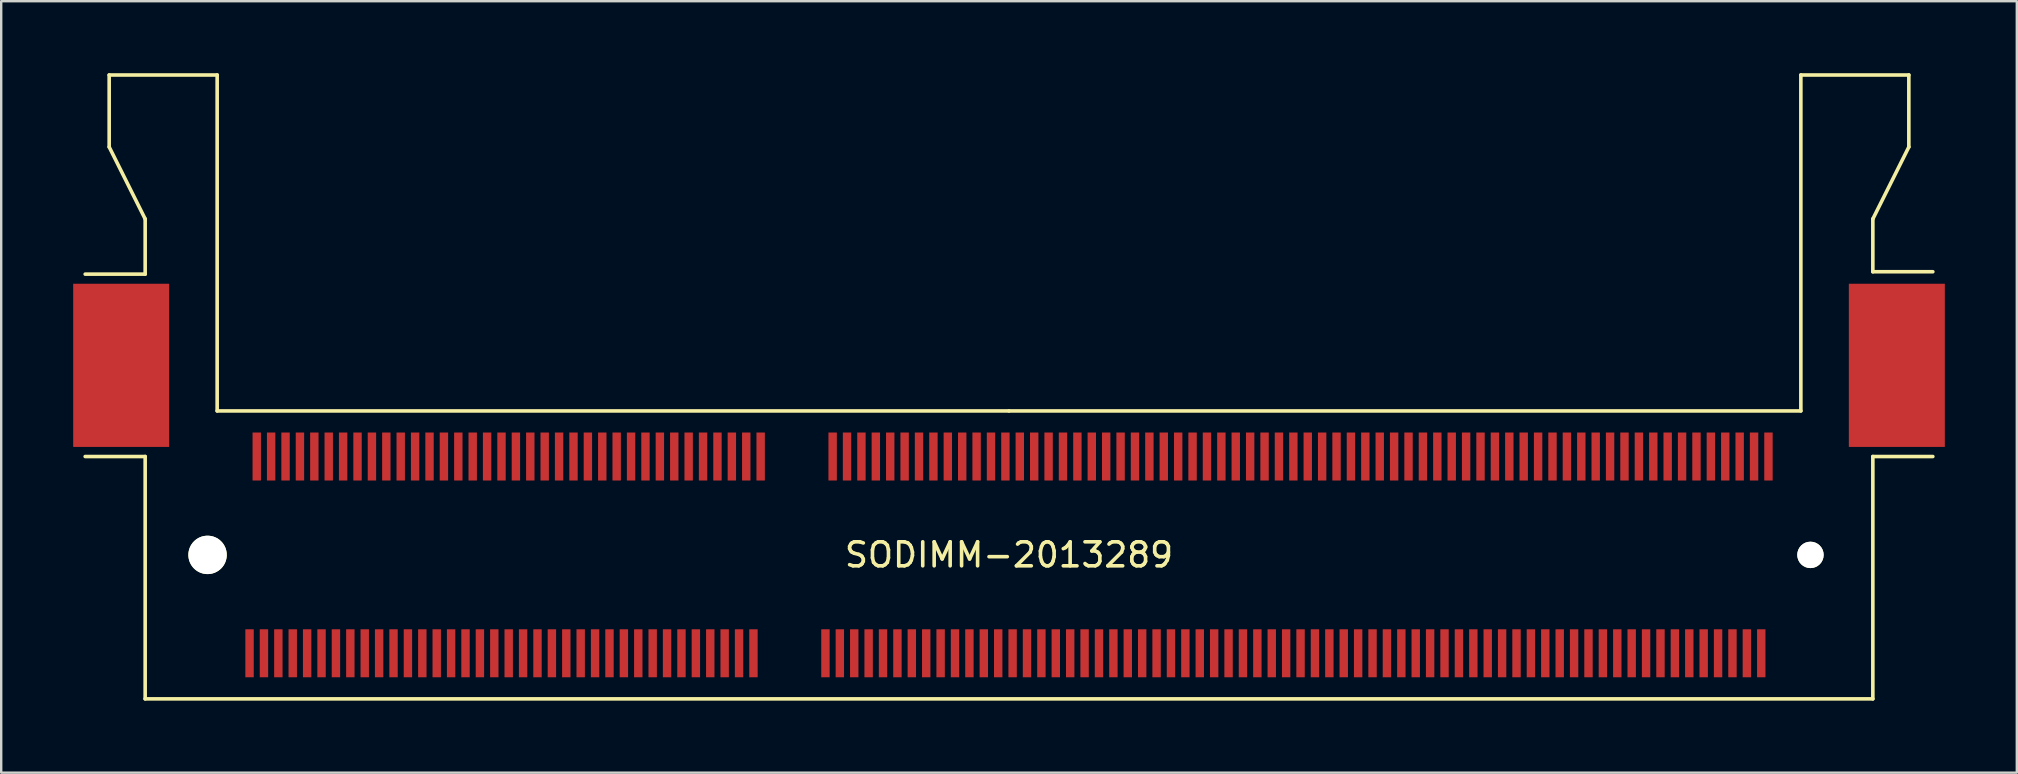
<source format=kicad_pcb>
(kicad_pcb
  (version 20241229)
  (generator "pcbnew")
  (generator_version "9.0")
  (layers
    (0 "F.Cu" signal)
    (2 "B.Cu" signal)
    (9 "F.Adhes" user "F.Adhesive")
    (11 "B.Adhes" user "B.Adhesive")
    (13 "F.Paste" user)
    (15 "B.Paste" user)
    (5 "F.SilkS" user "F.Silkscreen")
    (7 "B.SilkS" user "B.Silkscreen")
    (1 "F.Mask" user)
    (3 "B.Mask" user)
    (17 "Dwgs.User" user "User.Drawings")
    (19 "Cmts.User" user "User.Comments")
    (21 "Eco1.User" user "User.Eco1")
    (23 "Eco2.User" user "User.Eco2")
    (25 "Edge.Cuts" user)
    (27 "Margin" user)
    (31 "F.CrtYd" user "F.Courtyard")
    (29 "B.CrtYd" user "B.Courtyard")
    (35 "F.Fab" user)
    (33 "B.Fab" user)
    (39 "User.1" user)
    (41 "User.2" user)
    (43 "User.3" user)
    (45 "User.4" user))
  (footprint "SODIMM-2013289"
    (layer "F.Cu")
    (at 39 20.075)
    (property "Reference" "SODIMM-2013289" (at 0 0 0) (layer "F.SilkS") (effects (font (size 1 1) (thickness 0.15))))
    (attr smd)
    (fp_line (start -37.5 -20) (end -37.5 -17) (stroke (width 0.15) (type solid)) (layer "F.SilkS"))
    (fp_line (start -37.5 -17) (end -36 -14) (stroke (width 0.15) (type solid)) (layer "F.SilkS"))
    (fp_line (start -36 -14) (end -36 -11.7) (stroke (width 0.15) (type solid)) (layer "F.SilkS"))
    (fp_line (start -36 -11.7) (end -38.5 -11.7) (stroke (width 0.15) (type solid)) (layer "F.SilkS"))
    (fp_line (start -36 -4.1) (end -38.5 -4.1) (stroke (width 0.15) (type solid)) (layer "F.SilkS"))
    (fp_line (start -36 -4.1) (end -36 6) (stroke (width 0.15) (type solid)) (layer "F.SilkS"))
    (fp_line (start -36 6) (end 36 6) (stroke (width 0.15) (type solid)) (layer "F.SilkS"))
    (fp_line (start -33 -20) (end -37.5 -20) (stroke (width 0.15) (type solid)) (layer "F.SilkS"))
    (fp_line (start -33 -6) (end -33 -20) (stroke (width 0.15) (type solid)) (layer "F.SilkS"))
    (fp_line (start 0 -6) (end -33 -6) (stroke (width 0.15) (type solid)) (layer "F.SilkS"))
    (fp_line (start 33 -20) (end 33 -6) (stroke (width 0.15) (type solid)) (layer "F.SilkS"))
    (fp_line (start 33 -6) (end 0 -6) (stroke (width 0.15) (type solid)) (layer "F.SilkS"))
    (fp_line (start 36 -14) (end 36 -11.8) (stroke (width 0.15) (type solid)) (layer "F.SilkS"))
    (fp_line (start 36 -14) (end 37.5 -17) (stroke (width 0.15) (type solid)) (layer "F.SilkS"))
    (fp_line (start 36 -11.8) (end 38.5 -11.8) (stroke (width 0.15) (type solid)) (layer "F.SilkS"))
    (fp_line (start 36 -4.1) (end 38.5 -4.1) (stroke (width 0.15) (type solid)) (layer "F.SilkS"))
    (fp_line (start 36 6) (end 36 -4.1) (stroke (width 0.15) (type solid)) (layer "F.SilkS"))
    (fp_line (start 37.5 -20) (end 33 -20) (stroke (width 0.15) (type solid)) (layer "F.SilkS"))
    (fp_line (start 37.5 -17) (end 37.5 -20) (stroke (width 0.15) (type solid)) (layer "F.SilkS"))
    (pad "" smd rect (at -37 -7.9) (size 4 6.8) (layers "F.Cu" "F.Mask" "F.Paste"))
    (pad "" np_thru_hole circle (at -33.4 0) (size 1.6 1.6) (drill 1.6) (layers "*.Cu" "*.Mask" "F.SilkS"))
    (pad "" np_thru_hole circle (at 33.4 0) (size 1.1 1.1) (drill 1.1) (layers "*.Cu" "*.Mask" "F.SilkS"))
    (pad "" smd rect (at 37 -7.9) (size 4 6.8) (layers "F.Cu" "F.Mask" "F.Paste"))
    (pad "1" smd rect (at -31.65 4.1) (size 0.35 2) (layers "F.Cu" "F.Mask" "F.Paste"))
    (pad "2" smd rect (at -31.35 -4.1) (size 0.35 2) (layers "F.Cu" "F.Mask" "F.Paste"))
    (pad "3" smd rect (at -31.05 4.1) (size 0.35 2) (layers "F.Cu" "F.Mask" "F.Paste"))
    (pad "4" smd rect (at -30.75 -4.1) (size 0.35 2) (layers "F.Cu" "F.Mask" "F.Paste"))
    (pad "5" smd rect (at -30.45 4.1) (size 0.35 2) (layers "F.Cu" "F.Mask" "F.Paste"))
    (pad "6" smd rect (at -30.15 -4.1) (size 0.35 2) (layers "F.Cu" "F.Mask" "F.Paste"))
    (pad "7" smd rect (at -29.85 4.1) (size 0.35 2) (layers "F.Cu" "F.Mask" "F.Paste"))
    (pad "8" smd rect (at -29.55 -4.1) (size 0.35 2) (layers "F.Cu" "F.Mask" "F.Paste"))
    (pad "9" smd rect (at -29.25 4.1) (size 0.35 2) (layers "F.Cu" "F.Mask" "F.Paste"))
    (pad "10" smd rect (at -28.95 -4.1) (size 0.35 2) (layers "F.Cu" "F.Mask" "F.Paste"))
    (pad "11" smd rect (at -28.65 4.1) (size 0.35 2) (layers "F.Cu" "F.Mask" "F.Paste"))
    (pad "12" smd rect (at -28.35 -4.1) (size 0.35 2) (layers "F.Cu" "F.Mask" "F.Paste"))
    (pad "13" smd rect (at -28.05 4.1) (size 0.35 2) (layers "F.Cu" "F.Mask" "F.Paste"))
    (pad "14" smd rect (at -27.75 -4.1) (size 0.35 2) (layers "F.Cu" "F.Mask" "F.Paste"))
    (pad "15" smd rect (at -27.45 4.1) (size 0.35 2) (layers "F.Cu" "F.Mask" "F.Paste"))
    (pad "16" smd rect (at -27.15 -4.1) (size 0.35 2) (layers "F.Cu" "F.Mask" "F.Paste"))
    (pad "17" smd rect (at -26.85 4.1) (size 0.35 2) (layers "F.Cu" "F.Mask" "F.Paste"))
    (pad "18" smd rect (at -26.55 -4.1) (size 0.35 2) (layers "F.Cu" "F.Mask" "F.Paste"))
    (pad "19" smd rect (at -26.25 4.1) (size 0.35 2) (layers "F.Cu" "F.Mask" "F.Paste"))
    (pad "20" smd rect (at -25.95 -4.1) (size 0.35 2) (layers "F.Cu" "F.Mask" "F.Paste"))
    (pad "21" smd rect (at -25.65 4.1) (size 0.35 2) (layers "F.Cu" "F.Mask" "F.Paste"))
    (pad "22" smd rect (at -25.35 -4.1) (size 0.35 2) (layers "F.Cu" "F.Mask" "F.Paste"))
    (pad "23" smd rect (at -25.05 4.1) (size 0.35 2) (layers "F.Cu" "F.Mask" "F.Paste"))
    (pad "24" smd rect (at -24.75 -4.1) (size 0.35 2) (layers "F.Cu" "F.Mask" "F.Paste"))
    (pad "25" smd rect (at -24.45 4.1) (size 0.35 2) (layers "F.Cu" "F.Mask" "F.Paste"))
    (pad "26" smd rect (at -24.15 -4.1) (size 0.35 2) (layers "F.Cu" "F.Mask" "F.Paste"))
    (pad "27" smd rect (at -23.85 4.1) (size 0.35 2) (layers "F.Cu" "F.Mask" "F.Paste"))
    (pad "28" smd rect (at -23.55 -4.1) (size 0.35 2) (layers "F.Cu" "F.Mask" "F.Paste"))
    (pad "29" smd rect (at -23.25 4.1) (size 0.35 2) (layers "F.Cu" "F.Mask" "F.Paste"))
    (pad "30" smd rect (at -22.95 -4.1) (size 0.35 2) (layers "F.Cu" "F.Mask" "F.Paste"))
    (pad "31" smd rect (at -22.65 4.1) (size 0.35 2) (layers "F.Cu" "F.Mask" "F.Paste"))
    (pad "32" smd rect (at -22.35 -4.1) (size 0.35 2) (layers "F.Cu" "F.Mask" "F.Paste"))
    (pad "33" smd rect (at -22.05 4.1) (size 0.35 2) (layers "F.Cu" "F.Mask" "F.Paste"))
    (pad "34" smd rect (at -21.75 -4.1) (size 0.35 2) (layers "F.Cu" "F.Mask" "F.Paste"))
    (pad "35" smd rect (at -21.45 4.1) (size 0.35 2) (layers "F.Cu" "F.Mask" "F.Paste"))
    (pad "36" smd rect (at -21.15 -4.1) (size 0.35 2) (layers "F.Cu" "F.Mask" "F.Paste"))
    (pad "37" smd rect (at -20.85 4.1) (size 0.35 2) (layers "F.Cu" "F.Mask" "F.Paste"))
    (pad "38" smd rect (at -20.55 -4.1) (size 0.35 2) (layers "F.Cu" "F.Mask" "F.Paste"))
    (pad "39" smd rect (at -20.25 4.1) (size 0.35 2) (layers "F.Cu" "F.Mask" "F.Paste"))
    (pad "40" smd rect (at -19.95 -4.1) (size 0.35 2) (layers "F.Cu" "F.Mask" "F.Paste"))
    (pad "41" smd rect (at -19.65 4.1) (size 0.35 2) (layers "F.Cu" "F.Mask" "F.Paste"))
    (pad "42" smd rect (at -19.35 -4.1) (size 0.35 2) (layers "F.Cu" "F.Mask" "F.Paste"))
    (pad "43" smd rect (at -19.05 4.1) (size 0.35 2) (layers "F.Cu" "F.Mask" "F.Paste"))
    (pad "44" smd rect (at -18.75 -4.1) (size 0.35 2) (layers "F.Cu" "F.Mask" "F.Paste"))
    (pad "45" smd rect (at -18.45 4.1) (size 0.35 2) (layers "F.Cu" "F.Mask" "F.Paste"))
    (pad "46" smd rect (at -18.15 -4.1) (size 0.35 2) (layers "F.Cu" "F.Mask" "F.Paste"))
    (pad "47" smd rect (at -17.85 4.1) (size 0.35 2) (layers "F.Cu" "F.Mask" "F.Paste"))
    (pad "48" smd rect (at -17.55 -4.1) (size 0.35 2) (layers "F.Cu" "F.Mask" "F.Paste"))
    (pad "49" smd rect (at -17.25 4.1) (size 0.35 2) (layers "F.Cu" "F.Mask" "F.Paste"))
    (pad "50" smd rect (at -16.95 -4.1) (size 0.35 2) (layers "F.Cu" "F.Mask" "F.Paste"))
    (pad "51" smd rect (at -16.65 4.1) (size 0.35 2) (layers "F.Cu" "F.Mask" "F.Paste"))
    (pad "52" smd rect (at -16.35 -4.1) (size 0.35 2) (layers "F.Cu" "F.Mask" "F.Paste"))
    (pad "53" smd rect (at -16.05 4.1) (size 0.35 2) (layers "F.Cu" "F.Mask" "F.Paste"))
    (pad "54" smd rect (at -15.75 -4.1) (size 0.35 2) (layers "F.Cu" "F.Mask" "F.Paste"))
    (pad "55" smd rect (at -15.45 4.1) (size 0.35 2) (layers "F.Cu" "F.Mask" "F.Paste"))
    (pad "56" smd rect (at -15.15 -4.1) (size 0.35 2) (layers "F.Cu" "F.Mask" "F.Paste"))
    (pad "57" smd rect (at -14.85 4.1) (size 0.35 2) (layers "F.Cu" "F.Mask" "F.Paste"))
    (pad "58" smd rect (at -14.55 -4.1) (size 0.35 2) (layers "F.Cu" "F.Mask" "F.Paste"))
    (pad "59" smd rect (at -14.25 4.1) (size 0.35 2) (layers "F.Cu" "F.Mask" "F.Paste"))
    (pad "60" smd rect (at -13.95 -4.1) (size 0.35 2) (layers "F.Cu" "F.Mask" "F.Paste"))
    (pad "61" smd rect (at -13.65 4.1) (size 0.35 2) (layers "F.Cu" "F.Mask" "F.Paste"))
    (pad "62" smd rect (at -13.35 -4.1) (size 0.35 2) (layers "F.Cu" "F.Mask" "F.Paste"))
    (pad "63" smd rect (at -13.05 4.1) (size 0.35 2) (layers "F.Cu" "F.Mask" "F.Paste"))
    (pad "64" smd rect (at -12.75 -4.1) (size 0.35 2) (layers "F.Cu" "F.Mask" "F.Paste"))
    (pad "65" smd rect (at -12.45 4.1) (size 0.35 2) (layers "F.Cu" "F.Mask" "F.Paste"))
    (pad "66" smd rect (at -12.15 -4.1) (size 0.35 2) (layers "F.Cu" "F.Mask" "F.Paste"))
    (pad "67" smd rect (at -11.85 4.1) (size 0.35 2) (layers "F.Cu" "F.Mask" "F.Paste"))
    (pad "68" smd rect (at -11.55 -4.1) (size 0.35 2) (layers "F.Cu" "F.Mask" "F.Paste"))
    (pad "69" smd rect (at -11.25 4.1) (size 0.35 2) (layers "F.Cu" "F.Mask" "F.Paste"))
    (pad "70" smd rect (at -10.95 -4.1) (size 0.35 2) (layers "F.Cu" "F.Mask" "F.Paste"))
    (pad "71" smd rect (at -10.65 4.1) (size 0.35 2) (layers "F.Cu" "F.Mask" "F.Paste"))
    (pad "72" smd rect (at -10.35 -4.1) (size 0.35 2) (layers "F.Cu" "F.Mask" "F.Paste"))
    (pad "73" smd rect (at -7.65 4.1) (size 0.35 2) (layers "F.Cu" "F.Mask" "F.Paste"))
    (pad "74" smd rect (at -7.35 -4.1) (size 0.35 2) (layers "F.Cu" "F.Mask" "F.Paste"))
    (pad "75" smd rect (at -7.05 4.1) (size 0.35 2) (layers "F.Cu" "F.Mask" "F.Paste"))
    (pad "76" smd rect (at -6.75 -4.1) (size 0.35 2) (layers "F.Cu" "F.Mask" "F.Paste"))
    (pad "77" smd rect (at -6.45 4.1) (size 0.35 2) (layers "F.Cu" "F.Mask" "F.Paste"))
    (pad "78" smd rect (at -6.15 -4.1) (size 0.35 2) (layers "F.Cu" "F.Mask" "F.Paste"))
    (pad "79" smd rect (at -5.85 4.1) (size 0.35 2) (layers "F.Cu" "F.Mask" "F.Paste"))
    (pad "80" smd rect (at -5.55 -4.1) (size 0.35 2) (layers "F.Cu" "F.Mask" "F.Paste"))
    (pad "81" smd rect (at -5.25 4.1) (size 0.35 2) (layers "F.Cu" "F.Mask" "F.Paste"))
    (pad "82" smd rect (at -4.95 -4.1) (size 0.35 2) (layers "F.Cu" "F.Mask" "F.Paste"))
    (pad "83" smd rect (at -4.65 4.1) (size 0.35 2) (layers "F.Cu" "F.Mask" "F.Paste"))
    (pad "84" smd rect (at -4.35 -4.1) (size 0.35 2) (layers "F.Cu" "F.Mask" "F.Paste"))
    (pad "85" smd rect (at -4.05 4.1) (size 0.35 2) (layers "F.Cu" "F.Mask" "F.Paste"))
    (pad "86" smd rect (at -3.75 -4.1) (size 0.35 2) (layers "F.Cu" "F.Mask" "F.Paste"))
    (pad "87" smd rect (at -3.45 4.1) (size 0.35 2) (layers "F.Cu" "F.Mask" "F.Paste"))
    (pad "88" smd rect (at -3.15 -4.1) (size 0.35 2) (layers "F.Cu" "F.Mask" "F.Paste"))
    (pad "89" smd rect (at -2.85 4.1) (size 0.35 2) (layers "F.Cu" "F.Mask" "F.Paste"))
    (pad "90" smd rect (at -2.55 -4.1) (size 0.35 2) (layers "F.Cu" "F.Mask" "F.Paste"))
    (pad "91" smd rect (at -2.25 4.1) (size 0.35 2) (layers "F.Cu" "F.Mask" "F.Paste"))
    (pad "92" smd rect (at -1.95 -4.1) (size 0.35 2) (layers "F.Cu" "F.Mask" "F.Paste"))
    (pad "93" smd rect (at -1.65 4.1) (size 0.35 2) (layers "F.Cu" "F.Mask" "F.Paste"))
    (pad "94" smd rect (at -1.35 -4.1) (size 0.35 2) (layers "F.Cu" "F.Mask" "F.Paste"))
    (pad "95" smd rect (at -1.05 4.1) (size 0.35 2) (layers "F.Cu" "F.Mask" "F.Paste"))
    (pad "96" smd rect (at -0.75 -4.1) (size 0.35 2) (layers "F.Cu" "F.Mask" "F.Paste"))
    (pad "97" smd rect (at -0.45 4.1) (size 0.35 2) (layers "F.Cu" "F.Mask" "F.Paste"))
    (pad "98" smd rect (at -0.15 -4.1) (size 0.35 2) (layers "F.Cu" "F.Mask" "F.Paste"))
    (pad "99" smd rect (at 0.15 4.1) (size 0.35 2) (layers "F.Cu" "F.Mask" "F.Paste"))
    (pad "100" smd rect (at 0.45 -4.1) (size 0.35 2) (layers "F.Cu" "F.Mask" "F.Paste"))
    (pad "101" smd rect (at 0.75 4.1) (size 0.35 2) (layers "F.Cu" "F.Mask" "F.Paste"))
    (pad "102" smd rect (at 1.05 -4.1) (size 0.35 2) (layers "F.Cu" "F.Mask" "F.Paste"))
    (pad "103" smd rect (at 1.35 4.1) (size 0.35 2) (layers "F.Cu" "F.Mask" "F.Paste"))
    (pad "104" smd rect (at 1.65 -4.1) (size 0.35 2) (layers "F.Cu" "F.Mask" "F.Paste"))
    (pad "105" smd rect (at 1.95 4.1) (size 0.35 2) (layers "F.Cu" "F.Mask" "F.Paste"))
    (pad "106" smd rect (at 2.25 -4.1) (size 0.35 2) (layers "F.Cu" "F.Mask" "F.Paste"))
    (pad "107" smd rect (at 2.55 4.1) (size 0.35 2) (layers "F.Cu" "F.Mask" "F.Paste"))
    (pad "108" smd rect (at 2.85 -4.1) (size 0.35 2) (layers "F.Cu" "F.Mask" "F.Paste"))
    (pad "109" smd rect (at 3.15 4.1) (size 0.35 2) (layers "F.Cu" "F.Mask" "F.Paste"))
    (pad "110" smd rect (at 3.45 -4.1) (size 0.35 2) (layers "F.Cu" "F.Mask" "F.Paste"))
    (pad "111" smd rect (at 3.75 4.1) (size 0.35 2) (layers "F.Cu" "F.Mask" "F.Paste"))
    (pad "112" smd rect (at 4.05 -4.1) (size 0.35 2) (layers "F.Cu" "F.Mask" "F.Paste"))
    (pad "113" smd rect (at 4.35 4.1) (size 0.35 2) (layers "F.Cu" "F.Mask" "F.Paste"))
    (pad "114" smd rect (at 4.65 -4.1) (size 0.35 2) (layers "F.Cu" "F.Mask" "F.Paste"))
    (pad "115" smd rect (at 4.95 4.1) (size 0.35 2) (layers "F.Cu" "F.Mask" "F.Paste"))
    (pad "116" smd rect (at 5.25 -4.1) (size 0.35 2) (layers "F.Cu" "F.Mask" "F.Paste"))
    (pad "117" smd rect (at 5.55 4.1) (size 0.35 2) (layers "F.Cu" "F.Mask" "F.Paste"))
    (pad "118" smd rect (at 5.85 -4.1) (size 0.35 2) (layers "F.Cu" "F.Mask" "F.Paste"))
    (pad "119" smd rect (at 6.15 4.1) (size 0.35 2) (layers "F.Cu" "F.Mask" "F.Paste"))
    (pad "120" smd rect (at 6.45 -4.1) (size 0.35 2) (layers "F.Cu" "F.Mask" "F.Paste"))
    (pad "121" smd rect (at 6.75 4.1) (size 0.35 2) (layers "F.Cu" "F.Mask" "F.Paste"))
    (pad "122" smd rect (at 7.05 -4.1) (size 0.35 2) (layers "F.Cu" "F.Mask" "F.Paste"))
    (pad "123" smd rect (at 7.35 4.1) (size 0.35 2) (layers "F.Cu" "F.Mask" "F.Paste"))
    (pad "124" smd rect (at 7.65 -4.1) (size 0.35 2) (layers "F.Cu" "F.Mask" "F.Paste"))
    (pad "125" smd rect (at 7.95 4.1) (size 0.35 2) (layers "F.Cu" "F.Mask" "F.Paste"))
    (pad "126" smd rect (at 8.25 -4.1) (size 0.35 2) (layers "F.Cu" "F.Mask" "F.Paste"))
    (pad "127" smd rect (at 8.55 4.1) (size 0.35 2) (layers "F.Cu" "F.Mask" "F.Paste"))
    (pad "128" smd rect (at 8.85 -4.1) (size 0.35 2) (layers "F.Cu" "F.Mask" "F.Paste"))
    (pad "129" smd rect (at 9.15 4.1) (size 0.35 2) (layers "F.Cu" "F.Mask" "F.Paste"))
    (pad "130" smd rect (at 9.45 -4.1) (size 0.35 2) (layers "F.Cu" "F.Mask" "F.Paste"))
    (pad "131" smd rect (at 9.75 4.1) (size 0.35 2) (layers "F.Cu" "F.Mask" "F.Paste"))
    (pad "132" smd rect (at 10.05 -4.1) (size 0.35 2) (layers "F.Cu" "F.Mask" "F.Paste"))
    (pad "133" smd rect (at 10.35 4.1) (size 0.35 2) (layers "F.Cu" "F.Mask" "F.Paste"))
    (pad "134" smd rect (at 10.65 -4.1) (size 0.35 2) (layers "F.Cu" "F.Mask" "F.Paste"))
    (pad "135" smd rect (at 10.95 4.1) (size 0.35 2) (layers "F.Cu" "F.Mask" "F.Paste"))
    (pad "136" smd rect (at 11.25 -4.1) (size 0.35 2) (layers "F.Cu" "F.Mask" "F.Paste"))
    (pad "137" smd rect (at 11.55 4.1) (size 0.35 2) (layers "F.Cu" "F.Mask" "F.Paste"))
    (pad "138" smd rect (at 11.85 -4.1) (size 0.35 2) (layers "F.Cu" "F.Mask" "F.Paste"))
    (pad "139" smd rect (at 12.15 4.1) (size 0.35 2) (layers "F.Cu" "F.Mask" "F.Paste"))
    (pad "140" smd rect (at 12.45 -4.1) (size 0.35 2) (layers "F.Cu" "F.Mask" "F.Paste"))
    (pad "141" smd rect (at 12.75 4.1) (size 0.35 2) (layers "F.Cu" "F.Mask" "F.Paste"))
    (pad "142" smd rect (at 13.05 -4.1) (size 0.35 2) (layers "F.Cu" "F.Mask" "F.Paste"))
    (pad "143" smd rect (at 13.35 4.1) (size 0.35 2) (layers "F.Cu" "F.Mask" "F.Paste"))
    (pad "144" smd rect (at 13.65 -4.1) (size 0.35 2) (layers "F.Cu" "F.Mask" "F.Paste"))
    (pad "145" smd rect (at 13.95 4.1) (size 0.35 2) (layers "F.Cu" "F.Mask" "F.Paste"))
    (pad "146" smd rect (at 14.25 -4.1) (size 0.35 2) (layers "F.Cu" "F.Mask" "F.Paste"))
    (pad "147" smd rect (at 14.55 4.1) (size 0.35 2) (layers "F.Cu" "F.Mask" "F.Paste"))
    (pad "148" smd rect (at 14.85 -4.1) (size 0.35 2) (layers "F.Cu" "F.Mask" "F.Paste"))
    (pad "149" smd rect (at 15.15 4.1) (size 0.35 2) (layers "F.Cu" "F.Mask" "F.Paste"))
    (pad "150" smd rect (at 15.45 -4.1) (size 0.35 2) (layers "F.Cu" "F.Mask" "F.Paste"))
    (pad "151" smd rect (at 15.75 4.1) (size 0.35 2) (layers "F.Cu" "F.Mask" "F.Paste"))
    (pad "152" smd rect (at 16.05 -4.1) (size 0.35 2) (layers "F.Cu" "F.Mask" "F.Paste"))
    (pad "153" smd rect (at 16.35 4.1) (size 0.35 2) (layers "F.Cu" "F.Mask" "F.Paste"))
    (pad "154" smd rect (at 16.65 -4.1) (size 0.35 2) (layers "F.Cu" "F.Mask" "F.Paste"))
    (pad "155" smd rect (at 16.95 4.1) (size 0.35 2) (layers "F.Cu" "F.Mask" "F.Paste"))
    (pad "156" smd rect (at 17.25 -4.1) (size 0.35 2) (layers "F.Cu" "F.Mask" "F.Paste"))
    (pad "157" smd rect (at 17.55 4.1) (size 0.35 2) (layers "F.Cu" "F.Mask" "F.Paste"))
    (pad "158" smd rect (at 17.85 -4.1) (size 0.35 2) (layers "F.Cu" "F.Mask" "F.Paste"))
    (pad "159" smd rect (at 18.15 4.1) (size 0.35 2) (layers "F.Cu" "F.Mask" "F.Paste"))
    (pad "160" smd rect (at 18.45 -4.1) (size 0.35 2) (layers "F.Cu" "F.Mask" "F.Paste"))
    (pad "161" smd rect (at 18.75 4.1) (size 0.35 2) (layers "F.Cu" "F.Mask" "F.Paste"))
    (pad "162" smd rect (at 19.05 -4.1) (size 0.35 2) (layers "F.Cu" "F.Mask" "F.Paste"))
    (pad "163" smd rect (at 19.35 4.1) (size 0.35 2) (layers "F.Cu" "F.Mask" "F.Paste"))
    (pad "164" smd rect (at 19.65 -4.1) (size 0.35 2) (layers "F.Cu" "F.Mask" "F.Paste"))
    (pad "165" smd rect (at 19.95 4.1) (size 0.35 2) (layers "F.Cu" "F.Mask" "F.Paste"))
    (pad "166" smd rect (at 20.25 -4.1) (size 0.35 2) (layers "F.Cu" "F.Mask" "F.Paste"))
    (pad "167" smd rect (at 20.55 4.1) (size 0.35 2) (layers "F.Cu" "F.Mask" "F.Paste"))
    (pad "168" smd rect (at 20.85 -4.1) (size 0.35 2) (layers "F.Cu" "F.Mask" "F.Paste"))
    (pad "169" smd rect (at 21.15 4.1) (size 0.35 2) (layers "F.Cu" "F.Mask" "F.Paste"))
    (pad "170" smd rect (at 21.45 -4.1) (size 0.35 2) (layers "F.Cu" "F.Mask" "F.Paste"))
    (pad "171" smd rect (at 21.75 4.1) (size 0.35 2) (layers "F.Cu" "F.Mask" "F.Paste"))
    (pad "172" smd rect (at 22.05 -4.1) (size 0.35 2) (layers "F.Cu" "F.Mask" "F.Paste"))
    (pad "173" smd rect (at 22.35 4.1) (size 0.35 2) (layers "F.Cu" "F.Mask" "F.Paste"))
    (pad "174" smd rect (at 22.65 -4.1) (size 0.35 2) (layers "F.Cu" "F.Mask" "F.Paste"))
    (pad "175" smd rect (at 22.95 4.1) (size 0.35 2) (layers "F.Cu" "F.Mask" "F.Paste"))
    (pad "176" smd rect (at 23.25 -4.1) (size 0.35 2) (layers "F.Cu" "F.Mask" "F.Paste"))
    (pad "177" smd rect (at 23.55 4.1) (size 0.35 2) (layers "F.Cu" "F.Mask" "F.Paste"))
    (pad "178" smd rect (at 23.85 -4.1) (size 0.35 2) (layers "F.Cu" "F.Mask" "F.Paste"))
    (pad "179" smd rect (at 24.15 4.1) (size 0.35 2) (layers "F.Cu" "F.Mask" "F.Paste"))
    (pad "180" smd rect (at 24.45 -4.1) (size 0.35 2) (layers "F.Cu" "F.Mask" "F.Paste"))
    (pad "181" smd rect (at 24.75 4.1) (size 0.35 2) (layers "F.Cu" "F.Mask" "F.Paste"))
    (pad "182" smd rect (at 25.05 -4.1) (size 0.35 2) (layers "F.Cu" "F.Mask" "F.Paste"))
    (pad "183" smd rect (at 25.35 4.1) (size 0.35 2) (layers "F.Cu" "F.Mask" "F.Paste"))
    (pad "184" smd rect (at 25.65 -4.1) (size 0.35 2) (layers "F.Cu" "F.Mask" "F.Paste"))
    (pad "185" smd rect (at 25.95 4.1) (size 0.35 2) (layers "F.Cu" "F.Mask" "F.Paste"))
    (pad "186" smd rect (at 26.25 -4.1) (size 0.35 2) (layers "F.Cu" "F.Mask" "F.Paste"))
    (pad "187" smd rect (at 26.55 4.1) (size 0.35 2) (layers "F.Cu" "F.Mask" "F.Paste"))
    (pad "188" smd rect (at 26.85 -4.1) (size 0.35 2) (layers "F.Cu" "F.Mask" "F.Paste"))
    (pad "189" smd rect (at 27.15 4.1) (size 0.35 2) (layers "F.Cu" "F.Mask" "F.Paste"))
    (pad "190" smd rect (at 27.45 -4.1) (size 0.35 2) (layers "F.Cu" "F.Mask" "F.Paste"))
    (pad "191" smd rect (at 27.75 4.1) (size 0.35 2) (layers "F.Cu" "F.Mask" "F.Paste"))
    (pad "192" smd rect (at 28.05 -4.1) (size 0.35 2) (layers "F.Cu" "F.Mask" "F.Paste"))
    (pad "193" smd rect (at 28.35 4.1) (size 0.35 2) (layers "F.Cu" "F.Mask" "F.Paste"))
    (pad "194" smd rect (at 28.65 -4.1) (size 0.35 2) (layers "F.Cu" "F.Mask" "F.Paste"))
    (pad "195" smd rect (at 28.95 4.1) (size 0.35 2) (layers "F.Cu" "F.Mask" "F.Paste"))
    (pad "196" smd rect (at 29.25 -4.1) (size 0.35 2) (layers "F.Cu" "F.Mask" "F.Paste"))
    (pad "197" smd rect (at 29.55 4.1) (size 0.35 2) (layers "F.Cu" "F.Mask" "F.Paste"))
    (pad "198" smd rect (at 29.85 -4.1) (size 0.35 2) (layers "F.Cu" "F.Mask" "F.Paste"))
    (pad "199" smd rect (at 30.15 4.1) (size 0.35 2) (layers "F.Cu" "F.Mask" "F.Paste"))
    (pad "200" smd rect (at 30.45 -4.1) (size 0.35 2) (layers "F.Cu" "F.Mask" "F.Paste"))
    (pad "201" smd rect (at 30.75 4.1) (size 0.35 2) (layers "F.Cu" "F.Mask" "F.Paste"))
    (pad "202" smd rect (at 31.05 -4.1) (size 0.35 2) (layers "F.Cu" "F.Mask" "F.Paste"))
    (pad "203" smd rect (at 31.35 4.1) (size 0.35 2) (layers "F.Cu" "F.Mask" "F.Paste"))
    (pad "204" smd rect (at 31.65 -4.1) (size 0.35 2) (layers "F.Cu" "F.Mask" "F.Paste")))
  (gr_rect
    (start -3 -3)
    (end 81 29.15)
    (stroke (width 0.1) (type default))
    (fill no)
    (layer "Edge.Cuts")))
</source>
